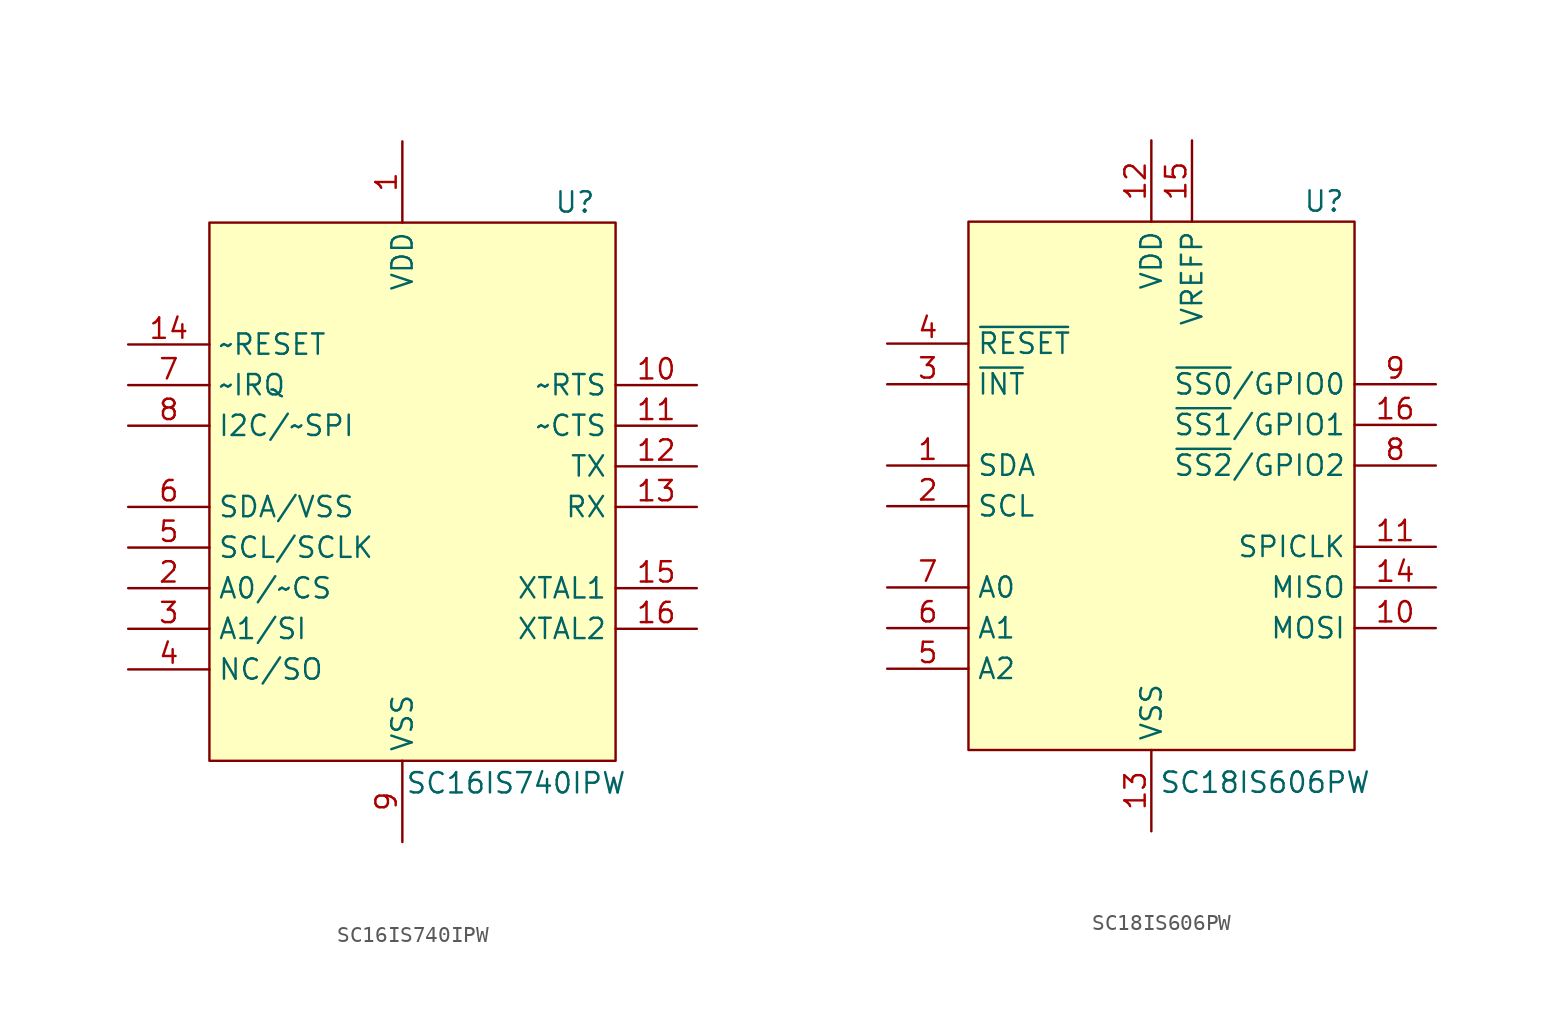
<source format=kicad_sym>
(kicad_symbol_lib
  (version 20211014)
  (generator kicad_symbol_editor)
  (symbol "SC16IS740IPW"
    (property "Reference" "U"
      (at 10.795 17.78 0)
      (effects (font (size 1.27 1.27))))
    (property "Value" "SC16IS740IPW"
      (at 7.112 -18.542 0)
      (effects (font (size 1.27 1.27))))
    (symbol "SC16IS740IPW_0_1"
      (rectangle (start -12.065 16.51) (end 13.335 -17.145) (stroke (width 0.152) (type default) (color 0 0 0 0)) (fill (type background))))
    (symbol "SC16IS740IPW_1_1"
      (pin power_in line (at 0 21.59 270) (length 5.08) (name "VDD" (effects (font (size 1.27 1.27)))) (number "1" (effects (font (size 1.27 1.27)))))
      (pin output line (at 18.415 6.35 180) (length 5.08) (name "~RTS" (effects (font (size 1.27 1.27)))) (number "10" (effects (font (size 1.27 1.27)))))
      (pin input line (at 18.415 3.81 180) (length 5.08) (name "~CTS" (effects (font (size 1.27 1.27)))) (number "11" (effects (font (size 1.27 1.27)))))
      (pin output line (at 18.415 1.27 180) (length 5.08) (name "TX" (effects (font (size 1.27 1.27)))) (number "12" (effects (font (size 1.27 1.27)))))
      (pin input line (at 18.415 -1.27 180) (length 5.08) (name "RX" (effects (font (size 1.27 1.27)))) (number "13" (effects (font (size 1.27 1.27)))))
      (pin input line (at -17.145 8.89 0) (length 5.08) (name "~RESET" (effects (font (size 1.27 1.27)))) (number "14" (effects (font (size 1.27 1.27)))))
      (pin input line (at 18.415 -6.35 180) (length 5.08) (name "XTAL1" (effects (font (size 1.27 1.27)))) (number "15" (effects (font (size 1.27 1.27)))))
      (pin output line (at 18.415 -8.89 180) (length 5.08) (name "XTAL2" (effects (font (size 1.27 1.27)))) (number "16" (effects (font (size 1.27 1.27)))))
      (pin input line (at -17.145 -6.35 0) (length 5.08) (name "A0/~CS" (effects (font (size 1.27 1.27)))) (number "2" (effects (font (size 1.27 1.27)))))
      (pin input line (at -17.145 -8.89 0) (length 5.08) (name "A1/SI" (effects (font (size 1.27 1.27)))) (number "3" (effects (font (size 1.27 1.27)))))
      (pin output line (at -17.145 -11.43 0) (length 5.08) (name "NC/SO" (effects (font (size 1.27 1.27)))) (number "4" (effects (font (size 1.27 1.27)))))
      (pin input line (at -17.145 -3.81 0) (length 5.08) (name "SCL/SCLK" (effects (font (size 1.27 1.27)))) (number "5" (effects (font (size 1.27 1.27)))))
      (pin bidirectional line (at -17.145 -1.27 0) (length 5.08) (name "SDA/VSS" (effects (font (size 1.27 1.27)))) (number "6" (effects (font (size 1.27 1.27)))))
      (pin output line (at -17.145 6.35 0) (length 5.08) (name "~IRQ" (effects (font (size 1.27 1.27)))) (number "7" (effects (font (size 1.27 1.27)))))
      (pin input line (at -17.145 3.81 0) (length 5.08) (name "I2C/~SPI" (effects (font (size 1.27 1.27)))) (number "8" (effects (font (size 1.27 1.27)))))
      (pin power_in line (at 0 -22.225 90) (length 5.08) (name "VSS" (effects (font (size 1.27 1.27)))) (number "9" (effects (font (size 1.27 1.27)))))))
  (symbol "SC18IS606PW"
    (property "Reference" "U"
      (at 10.795 17.78 0)
      (effects (font (size 1.27 1.27))))
    (property "Value" "SC18IS606PW"
      (at 7.112 -18.542 0)
      (effects (font (size 1.27 1.27))))
    (symbol "SC18IS606PW_0_1"
      (rectangle (start -11.43 16.51) (end 12.7 -16.51) (stroke (width 0.152) (type default) (color 0 0 0 0)) (fill (type background))))
    (symbol "SC18IS606PW_1_1"
      (pin bidirectional line (at -16.51 1.27 0) (length 5.08) (name "SDA" (effects (font (size 1.27 1.27)))) (number "1" (effects (font (size 1.27 1.27)))))
      (pin output line (at 17.78 -8.89 180) (length 5.08) (name "MOSI" (effects (font (size 1.27 1.27)))) (number "10" (effects (font (size 1.27 1.27)))))
      (pin output line (at 17.78 -3.81 180) (length 5.08) (name "SPICLK" (effects (font (size 1.27 1.27)))) (number "11" (effects (font (size 1.27 1.27)))))
      (pin power_in line (at 0 21.59 270) (length 5.08) (name "VDD" (effects (font (size 1.27 1.27)))) (number "12" (effects (font (size 1.27 1.27)))))
      (pin power_in line (at 0 -21.59 90) (length 5.08) (name "VSS" (effects (font (size 1.27 1.27)))) (number "13" (effects (font (size 1.27 1.27)))))
      (pin input line (at 17.78 -6.35 180) (length 5.08) (name "MISO" (effects (font (size 1.27 1.27)))) (number "14" (effects (font (size 1.27 1.27)))))
      (pin power_in line (at 2.54 21.59 270) (length 5.08) (name "VREFP" (effects (font (size 1.27 1.27)))) (number "15" (effects (font (size 1.27 1.27)))))
      (pin bidirectional line (at 17.78 3.81 180) (length 5.08) (name "~{SS1}/GPIO1" (effects (font (size 1.27 1.27)))) (number "16" (effects (font (size 1.27 1.27)))))
      (pin input line (at -16.51 -1.27 0) (length 5.08) (name "SCL" (effects (font (size 1.27 1.27)))) (number "2" (effects (font (size 1.27 1.27)))))
      (pin output line (at -16.51 6.35 0) (length 5.08) (name "~{INT}" (effects (font (size 1.27 1.27)))) (number "3" (effects (font (size 1.27 1.27)))))
      (pin input line (at -16.51 8.89 0) (length 5.08) (name "~{RESET}" (effects (font (size 1.27 1.27)))) (number "4" (effects (font (size 1.27 1.27)))))
      (pin input line (at -16.51 -11.43 0) (length 5.08) (name "A2" (effects (font (size 1.27 1.27)))) (number "5" (effects (font (size 1.27 1.27)))))
      (pin input line (at -16.51 -8.89 0) (length 5.08) (name "A1" (effects (font (size 1.27 1.27)))) (number "6" (effects (font (size 1.27 1.27)))))
      (pin input line (at -16.51 -6.35 0) (length 5.08) (name "A0" (effects (font (size 1.27 1.27)))) (number "7" (effects (font (size 1.27 1.27)))))
      (pin bidirectional line (at 17.78 1.27 180) (length 5.08) (name "~{SS2}/GPIO2" (effects (font (size 1.27 1.27)))) (number "8" (effects (font (size 1.27 1.27)))))
      (pin bidirectional line (at 17.78 6.35 180) (length 5.08) (name "~{SS0}/GPIO0" (effects (font (size 1.27 1.27)))) (number "9" (effects (font (size 1.27 1.27))))))))
</source>
